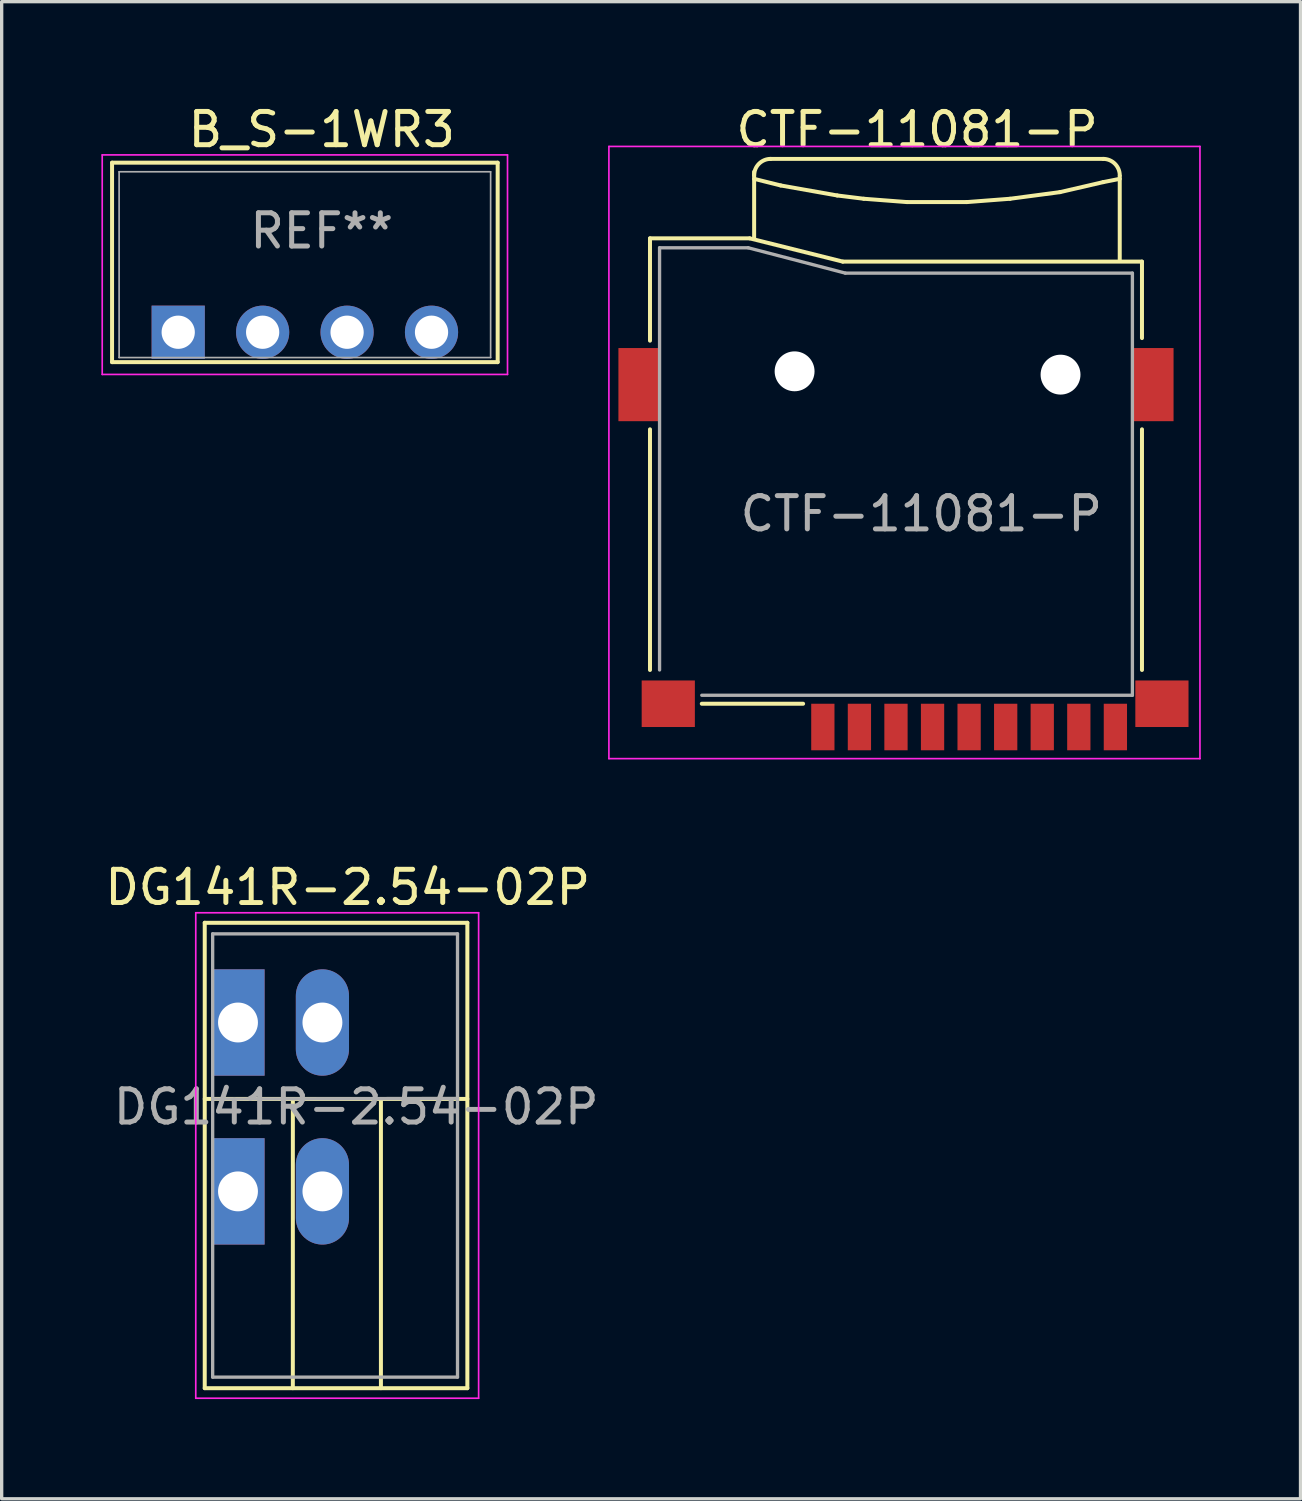
<source format=kicad_pcb>
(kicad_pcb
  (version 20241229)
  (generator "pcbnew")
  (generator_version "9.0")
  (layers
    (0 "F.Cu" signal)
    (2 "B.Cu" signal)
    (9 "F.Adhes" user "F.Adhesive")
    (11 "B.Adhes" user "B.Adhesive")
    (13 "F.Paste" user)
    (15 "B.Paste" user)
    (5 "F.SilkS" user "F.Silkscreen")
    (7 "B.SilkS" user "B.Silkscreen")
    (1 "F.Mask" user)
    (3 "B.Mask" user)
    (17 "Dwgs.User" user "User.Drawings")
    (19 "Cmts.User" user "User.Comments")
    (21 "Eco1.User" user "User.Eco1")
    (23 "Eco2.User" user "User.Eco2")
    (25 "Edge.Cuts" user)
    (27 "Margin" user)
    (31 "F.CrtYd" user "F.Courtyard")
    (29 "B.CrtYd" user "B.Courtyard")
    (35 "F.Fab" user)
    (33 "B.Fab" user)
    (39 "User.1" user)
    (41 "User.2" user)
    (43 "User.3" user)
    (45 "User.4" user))
  (footprint "CTF-11081-P"
    (layer "F.Cu")
    (at 23.903 18.12)
    (property "Reference" "CTF-11081-P" (at 0.635 -17.272 0) (layer "F.SilkS") (effects (font (size 1 1) (thickness 0.15))))
    (attr smd)
    (fp_line (start -7.4 -14) (end -7.4 -10.922) (stroke (width 0.12) (type solid)) (layer "F.SilkS"))
    (fp_line (start -7.4 -14) (end -4.4 -14) (stroke (width 0.12) (type solid)) (layer "F.SilkS"))
    (fp_line (start -7.4 -8.255) (end -7.4 -1.016) (stroke (width 0.12) (type solid)) (layer "F.SilkS"))
    (fp_line (start -4.4 -14) (end -1.6 -13.3) (stroke (width 0.12) (type solid)) (layer "F.SilkS"))
    (fp_line (start -4.268 -15.79) (end -3.468 -15.591) (stroke (width 0.12) (type solid)) (layer "F.SilkS"))
    (fp_line (start -4.267 -13.983) (end -4.267 -16.002) (stroke (width 0.12) (type solid)) (layer "F.SilkS"))
    (fp_line (start -3.768 -16.39) (end 6.232 -16.39) (stroke (width 0.12) (type solid)) (layer "F.SilkS"))
    (fp_line (start -3.468 -15.591) (end -1.768 -15.29) (stroke (width 0.12) (type solid)) (layer "F.SilkS"))
    (fp_line (start -2.794 0) (end -5.842 0) (stroke (width 0.12) (type solid)) (layer "F.SilkS"))
    (fp_line (start -1.768 -15.29) (end -0.968 -15.191) (stroke (width 0.12) (type solid)) (layer "F.SilkS"))
    (fp_line (start -0.968 -15.191) (end 0.332 -15.091) (stroke (width 0.12) (type solid)) (layer "F.SilkS"))
    (fp_line (start 0.332 -15.091) (end 2.132 -15.091) (stroke (width 0.12) (type solid)) (layer "F.SilkS"))
    (fp_line (start 2.132 -15.091) (end 3.432 -15.191) (stroke (width 0.12) (type solid)) (layer "F.SilkS"))
    (fp_line (start 3.432 -15.191) (end 4.932 -15.39) (stroke (width 0.12) (type solid)) (layer "F.SilkS"))
    (fp_line (start 4.932 -15.39) (end 6.232 -15.691) (stroke (width 0.12) (type solid)) (layer "F.SilkS"))
    (fp_line (start 6.232 -15.691) (end 6.732 -15.79) (stroke (width 0.12) (type solid)) (layer "F.SilkS"))
    (fp_line (start 6.731 -13.335) (end 6.731 -15.875) (stroke (width 0.12) (type solid)) (layer "F.SilkS"))
    (fp_line (start 7.4 -13.3) (end -1.6 -13.3) (stroke (width 0.12) (type solid)) (layer "F.SilkS"))
    (fp_line (start 7.4 -13.3) (end 7.4 -11) (stroke (width 0.12) (type solid)) (layer "F.SilkS"))
    (fp_line (start 7.4 -8.255) (end 7.4 -1.016) (stroke (width 0.12) (type solid)) (layer "F.SilkS"))
    (fp_arc (start -4.2681 -15.8905) (mid -4.121653 -16.244053) (end -3.7681 -16.3905) (stroke (width 0.12) (type solid)) (layer "F.SilkS"))
    (fp_arc (start 6.2319 -16.3905) (mid 6.585453 -16.244053) (end 6.7319 -15.8905) (stroke (width 0.12) (type solid)) (layer "F.SilkS"))
    (fp_line (start -8.636 -16.764) (end -8.636 1.651) (stroke (width 0.05) (type solid)) (layer "F.CrtYd"))
    (fp_line (start 9.144 -16.764) (end -8.636 -16.764) (stroke (width 0.05) (type solid)) (layer "F.CrtYd"))
    (fp_line (start 9.144 -16.764) (end 9.144 1.651) (stroke (width 0.05) (type solid)) (layer "F.CrtYd"))
    (fp_line (start 9.144 1.651) (end -8.636 1.651) (stroke (width 0.05) (type solid)) (layer "F.CrtYd"))
    (fp_line (start -7.112 -13.716) (end -7.112 -1.016) (stroke (width 0.1) (type solid)) (layer "F.Fab"))
    (fp_line (start -4.445 -13.716) (end -7.112 -13.716) (stroke (width 0.1) (type solid)) (layer "F.Fab"))
    (fp_line (start -4.445 -13.716) (end -1.524 -12.954) (stroke (width 0.1) (type solid)) (layer "F.Fab"))
    (fp_line (start 7.112 -12.954) (end -1.524 -12.954) (stroke (width 0.1) (type solid)) (layer "F.Fab"))
    (fp_line (start 7.112 -0.255) (end -5.842 -0.255) (stroke (width 0.1) (type solid)) (layer "F.Fab"))
    (fp_line (start 7.112 -0.255) (end 7.112 -12.954) (stroke (width 0.1) (type solid)) (layer "F.Fab"))
    (fp_text user "${REFERENCE}" (at 0.762 -5.715 0) (layer "F.Fab") (effects (font (size 1 1) (thickness 0.15))))
    (pad "" np_thru_hole circle (at -3.05 -10) (size 1.2 1.2) (drill 1.2) (layers "*.Cu" "*.Mask"))
    (pad "" np_thru_hole circle (at 4.95 -9.9) (size 1.2 1.2) (drill 1.2) (layers "*.Cu" "*.Mask"))
    (pad "1" smd rect (at -2.2 0.7) (size 0.7 1.4) (layers "F.Cu" "F.Mask" "F.Paste"))
    (pad "2" smd rect (at -1.1 0.7) (size 0.7 1.4) (layers "F.Cu" "F.Mask" "F.Paste"))
    (pad "3" smd rect (at 0 0.7) (size 0.7 1.4) (layers "F.Cu" "F.Mask" "F.Paste"))
    (pad "4" smd rect (at 1.1 0.7) (size 0.7 1.4) (layers "F.Cu" "F.Mask" "F.Paste"))
    (pad "5" smd rect (at 2.2 0.7) (size 0.7 1.4) (layers "F.Cu" "F.Mask" "F.Paste"))
    (pad "6" smd rect (at 3.3 0.7) (size 0.7 1.4) (layers "F.Cu" "F.Mask" "F.Paste"))
    (pad "7" smd rect (at 4.4 0.7) (size 0.7 1.4) (layers "F.Cu" "F.Mask" "F.Paste"))
    (pad "8" smd rect (at 5.5 0.7) (size 0.7 1.4) (layers "F.Cu" "F.Mask" "F.Paste"))
    (pad "Cd" smd rect (at 6.6 0.7) (size 0.7 1.4) (layers "F.Cu" "F.Mask" "F.Paste"))
    (pad "G" smd rect (at -7.75 -9.6) (size 1.2 2.2) (layers "F.Cu" "F.Mask" "F.Paste"))
    (pad "G" smd rect (at -6.85 0) (size 1.6 1.4) (layers "F.Cu" "F.Mask" "F.Paste"))
    (pad "G" smd rect (at 7.75 -9.6) (size 1.2 2.2) (layers "F.Cu" "F.Mask" "F.Paste"))
    (pad "G" smd rect (at 8 0) (size 1.6 1.4) (layers "F.Cu" "F.Mask" "F.Paste")))
  (footprint "B_S-1WR3"
    (layer "F.Cu")
    (at 6.121 6.944)
    (property "Reference" "B_S-1WR3" (at 0.508 -6.096 0) (layer "F.SilkS") (effects (font (size 1 1) (thickness 0.15))))
    (attr through_hole)
    (fp_line (start -5.8 -5.1) (end 5.8 -5.1) (stroke (width 0.12) (type solid)) (layer "F.SilkS"))
    (fp_line (start -5.8 0.9) (end -5.8 -5.1) (stroke (width 0.12) (type solid)) (layer "F.SilkS"))
    (fp_line (start -5.8 0.9) (end 5.8 0.9) (stroke (width 0.12) (type solid)) (layer "F.SilkS"))
    (fp_line (start 5.8 -5.1) (end 5.8 0.9) (stroke (width 0.12) (type solid)) (layer "F.SilkS"))
    (fp_line (start -6.096 -5.334) (end 6.096 -5.334) (stroke (width 0.05) (type solid)) (layer "F.CrtYd"))
    (fp_line (start -6.096 1.27) (end -6.096 -5.334) (stroke (width 0.05) (type solid)) (layer "F.CrtYd"))
    (fp_line (start 6.096 -5.334) (end 6.096 1.27) (stroke (width 0.05) (type solid)) (layer "F.CrtYd"))
    (fp_line (start 6.096 1.27) (end -6.096 1.27) (stroke (width 0.05) (type solid)) (layer "F.CrtYd"))
    (fp_line (start -5.588 -4.826) (end 5.588 -4.826) (stroke (width 0.05) (type solid)) (layer "F.Fab"))
    (fp_line (start -5.588 0.762) (end -5.588 -4.826) (stroke (width 0.05) (type solid)) (layer "F.Fab"))
    (fp_line (start 5.588 -4.826) (end 5.588 0.762) (stroke (width 0.05) (type solid)) (layer "F.Fab"))
    (fp_line (start 5.588 0.762) (end -5.588 0.762) (stroke (width 0.05) (type solid)) (layer "F.Fab"))
    (fp_text user "REF**" (at 0.508 -3.048 0) (layer "F.Fab") (effects (font (size 1 1) (thickness 0.15))))
    (pad "1" thru_hole rect (at -3.81 0) (size 1.6 1.6) (drill 1) (layers "*.Cu" "*.Mask"))
    (pad "2" thru_hole circle (at -1.27 0) (size 1.6 1.6) (drill 1) (layers "*.Cu" "*.Mask"))
    (pad "3" thru_hole circle (at 1.27 0) (size 1.6 1.6) (drill 1) (layers "*.Cu" "*.Mask"))
    (pad "4" thru_hole circle (at 3.81 0) (size 1.6 1.6) (drill 1) (layers "*.Cu" "*.Mask")))
  (footprint "DG141R-2.54-02P"
    (layer "F.Cu")
    (at 4.109 27.709)
    (property "Reference" "DG141R-2.54-02P" (at 3.302 -4.064 0) (layer "F.SilkS") (effects (font (size 1 1) (thickness 0.15))))
    (attr through_hole)
    (fp_line (start -1 -3) (end -1 11) (stroke (width 0.12) (type solid)) (layer "F.SilkS"))
    (fp_line (start -1 -3) (end 6.9 -3) (stroke (width 0.12) (type solid)) (layer "F.SilkS"))
    (fp_line (start -1 2.3) (end 6.9 2.3) (stroke (width 0.12) (type solid)) (layer "F.SilkS"))
    (fp_line (start -1 11) (end 6.9 11) (stroke (width 0.12) (type solid)) (layer "F.SilkS"))
    (fp_line (start 1.651 2.311) (end 1.65 11) (stroke (width 0.12) (type solid)) (layer "F.SilkS"))
    (fp_line (start 4.3 2.3) (end 4.3 11) (stroke (width 0.12) (type solid)) (layer "F.SilkS"))
    (fp_line (start 6.9 -3) (end 6.9 11) (stroke (width 0.12) (type solid)) (layer "F.SilkS"))
    (fp_line (start -1.27 -3.302) (end -1.27 11.303) (stroke (width 0.05) (type solid)) (layer "F.CrtYd"))
    (fp_line (start -1.27 11.303) (end 7.239 11.303) (stroke (width 0.05) (type solid)) (layer "F.CrtYd"))
    (fp_line (start 7.239 -3.302) (end -1.27 -3.302) (stroke (width 0.05) (type solid)) (layer "F.CrtYd"))
    (fp_line (start 7.239 11.303) (end 7.239 -3.302) (stroke (width 0.05) (type solid)) (layer "F.CrtYd"))
    (fp_line (start -0.762 -2.667) (end 6.604 -2.667) (stroke (width 0.1) (type solid)) (layer "F.Fab"))
    (fp_line (start -0.762 2.3) (end 6.604 2.286) (stroke (width 0.1) (type solid)) (layer "F.Fab"))
    (fp_line (start -0.762 10.668) (end -0.762 -2.667) (stroke (width 0.1) (type solid)) (layer "F.Fab"))
    (fp_line (start 6.604 10.668) (end -0.762 10.668) (stroke (width 0.1) (type solid)) (layer "F.Fab"))
    (fp_line (start 6.604 10.668) (end 6.604 -2.667) (stroke (width 0.1) (type solid)) (layer "F.Fab"))
    (fp_text user "${REFERENCE}" (at 3.556 2.54 0) (layer "F.Fab") (effects (font (size 1 1) (thickness 0.15))))
    (pad "1" thru_hole rect (at 0 0) (size 1.6 3.2) (drill 1.2) (layers "*.Cu" "*.Mask"))
    (pad "1" thru_hole rect (at 0 5.08) (size 1.6 3.2) (drill 1.2) (layers "*.Cu" "*.Mask"))
    (pad "2" thru_hole oval (at 2.54 0) (size 1.6 3.2) (drill 1.2) (layers "*.Cu" "*.Mask"))
    (pad "2" thru_hole oval (at 2.54 5.08) (size 1.6 3.2) (drill 1.2) (layers "*.Cu" "*.Mask")))
  (gr_rect
    (start -3 -3)
    (end 36.072 42.036)
    (stroke (width 0.1) (type default))
    (fill no)
    (layer "Edge.Cuts")))
</source>
